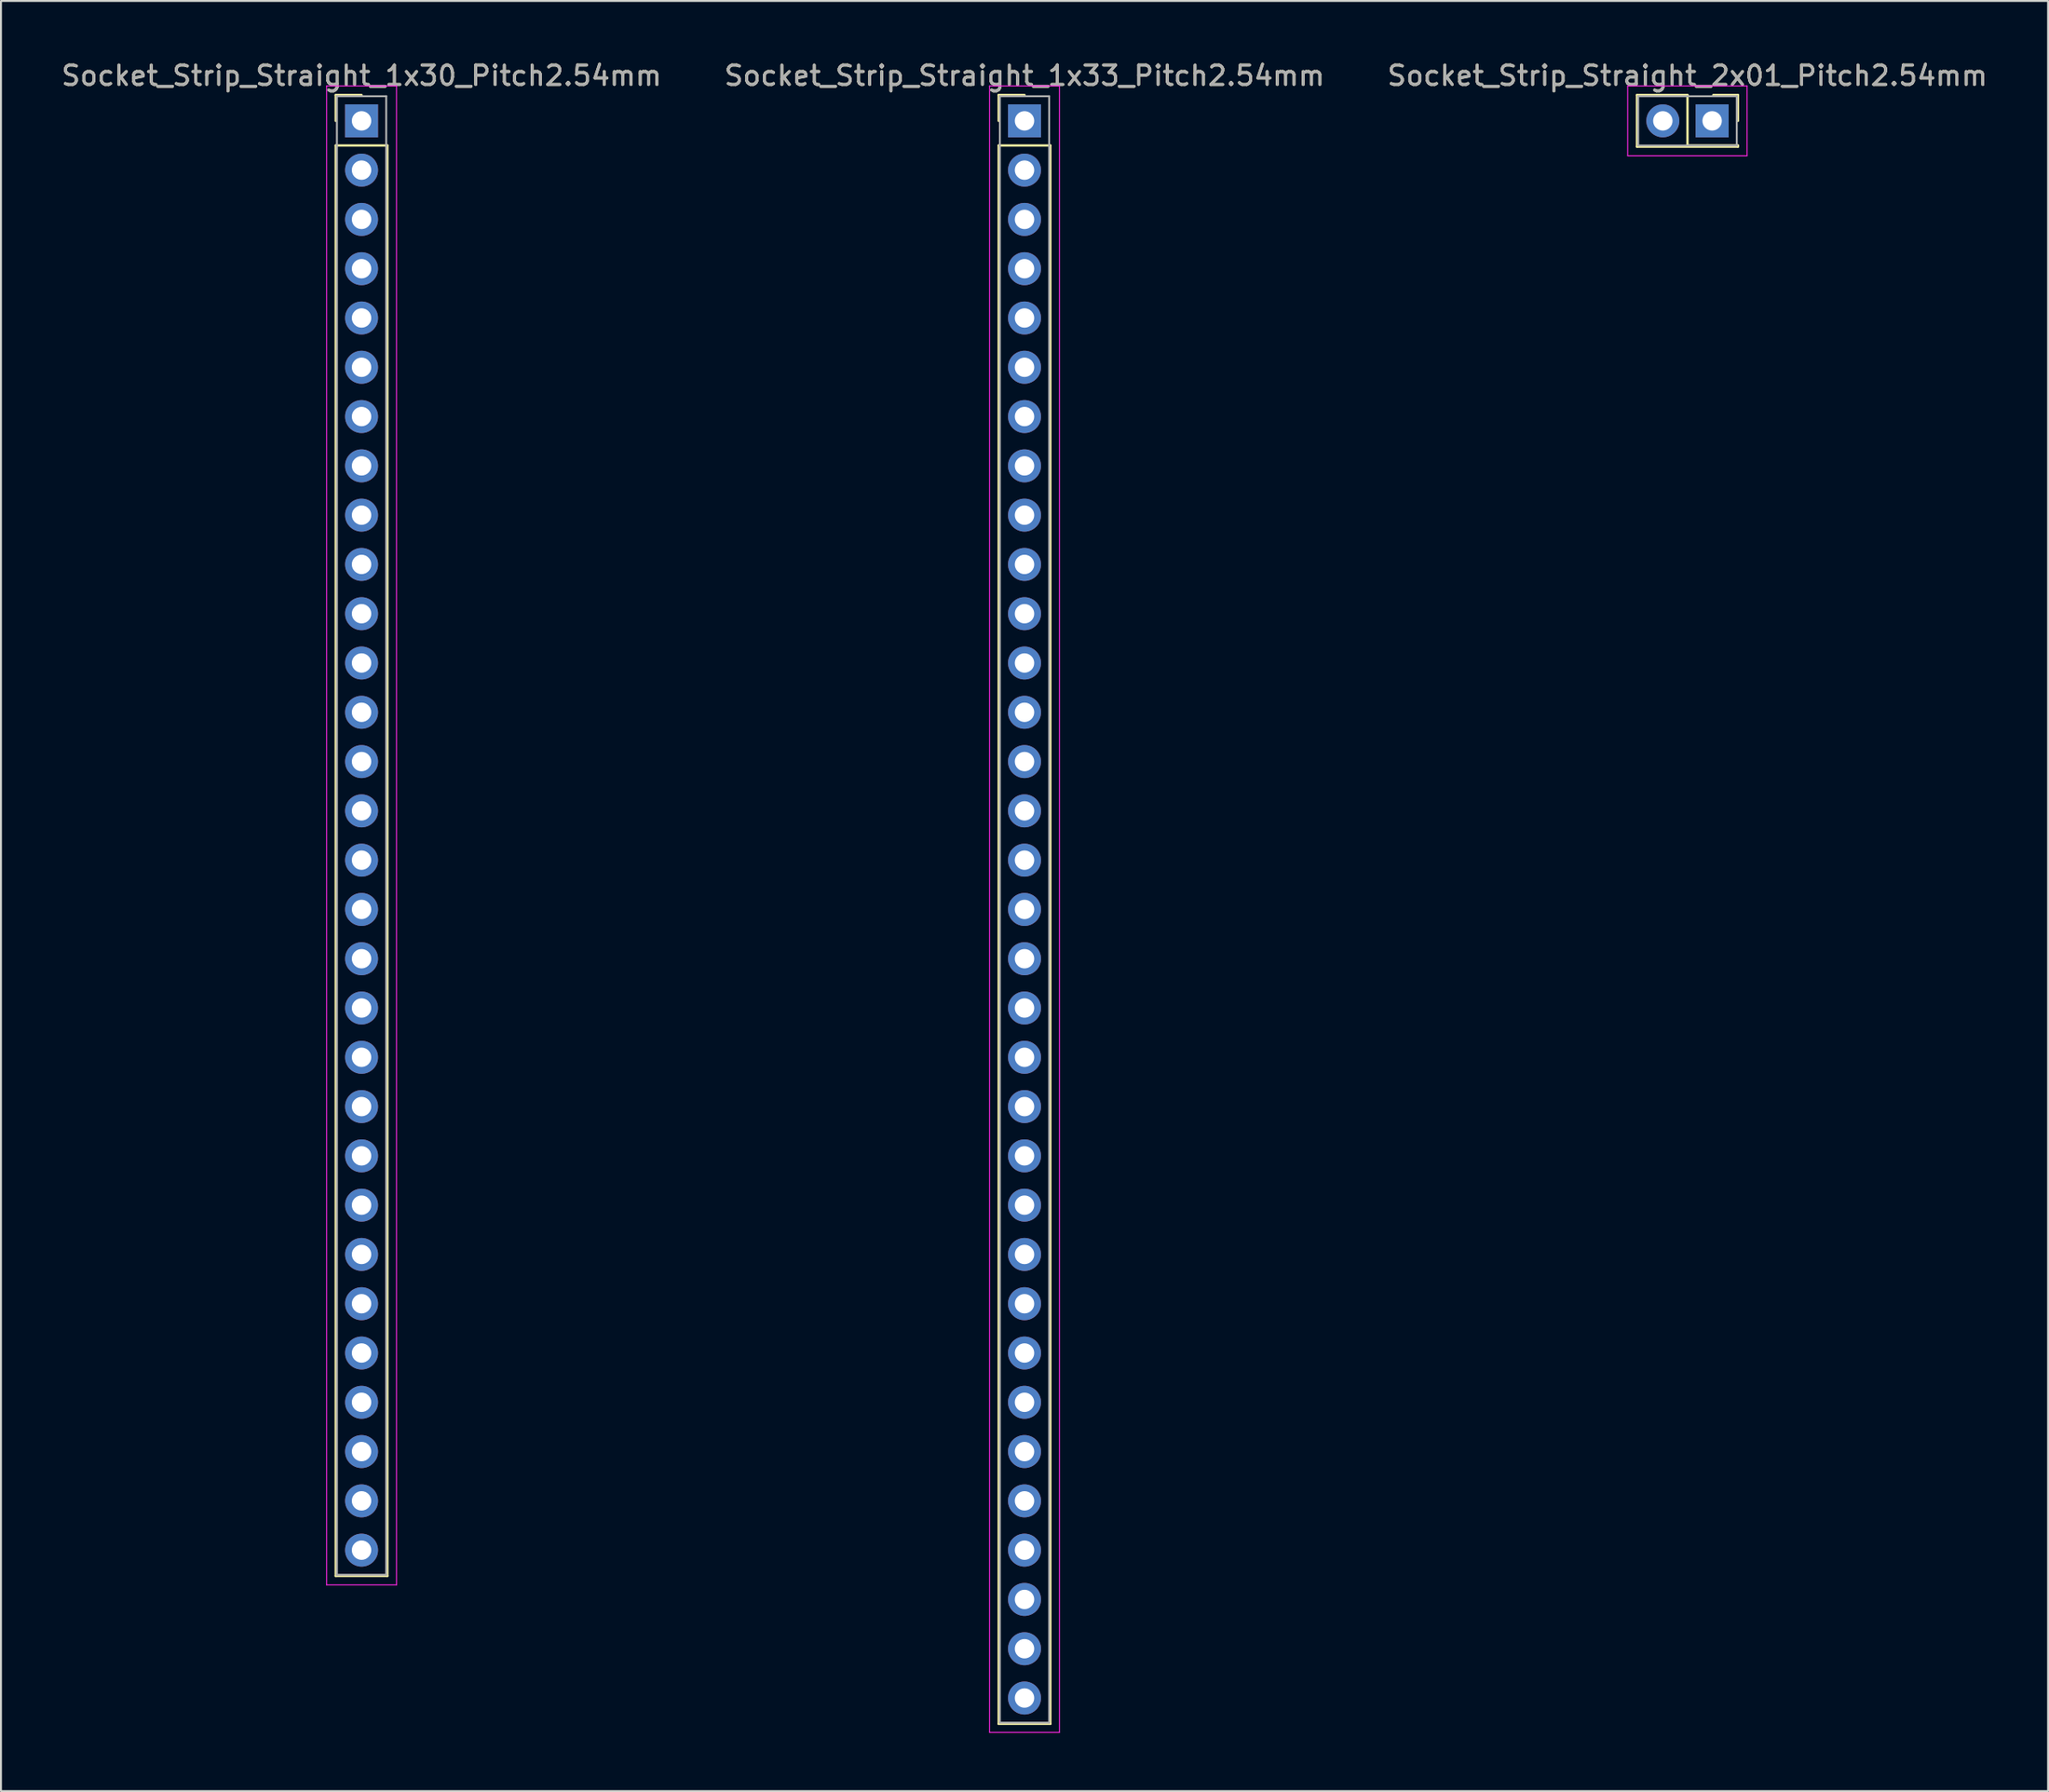
<source format=kicad_pcb>
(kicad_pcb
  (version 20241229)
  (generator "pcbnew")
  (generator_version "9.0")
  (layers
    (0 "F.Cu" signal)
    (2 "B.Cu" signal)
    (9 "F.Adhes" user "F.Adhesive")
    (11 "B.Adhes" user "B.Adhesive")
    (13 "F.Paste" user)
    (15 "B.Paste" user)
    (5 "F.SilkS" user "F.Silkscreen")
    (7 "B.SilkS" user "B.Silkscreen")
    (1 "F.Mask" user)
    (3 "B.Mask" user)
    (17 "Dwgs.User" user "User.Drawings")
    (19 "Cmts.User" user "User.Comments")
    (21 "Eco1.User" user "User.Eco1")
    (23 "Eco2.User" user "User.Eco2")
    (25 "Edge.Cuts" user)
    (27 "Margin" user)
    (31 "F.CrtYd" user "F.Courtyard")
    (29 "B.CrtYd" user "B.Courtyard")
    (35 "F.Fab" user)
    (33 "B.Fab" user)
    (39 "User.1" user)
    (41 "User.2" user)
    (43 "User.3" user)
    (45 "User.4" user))
  (footprint "Socket_Strip_Straight_1x33_Pitch2.54mm"
    (layer "F.Cu")
    (at 49.732 3.178)
    (property "Reference" "Socket_Strip_Straight_1x33_Pitch2.54mm" (at 0 -2.33 0) (layer "F.SilkS") (effects (font (size 1 1) (thickness 0.15))))
    (attr through_hole)
    (fp_line (start -1.33 -1.33) (end 0 -1.33) (stroke (width 0.12) (type solid)) (layer "F.SilkS"))
    (fp_line (start -1.33 0) (end -1.33 -1.33) (stroke (width 0.12) (type solid)) (layer "F.SilkS"))
    (fp_line (start -1.33 1.27) (end -1.33 82.61) (stroke (width 0.12) (type solid)) (layer "F.SilkS"))
    (fp_line (start -1.33 82.61) (end 1.33 82.61) (stroke (width 0.12) (type solid)) (layer "F.SilkS"))
    (fp_line (start 1.33 1.27) (end -1.33 1.27) (stroke (width 0.12) (type solid)) (layer "F.SilkS"))
    (fp_line (start 1.33 82.61) (end 1.33 1.27) (stroke (width 0.12) (type solid)) (layer "F.SilkS"))
    (fp_line (start -1.8 -1.8) (end -1.8 83.05) (stroke (width 0.05) (type solid)) (layer "F.CrtYd"))
    (fp_line (start -1.8 83.05) (end 1.8 83.05) (stroke (width 0.05) (type solid)) (layer "F.CrtYd"))
    (fp_line (start 1.8 -1.8) (end -1.8 -1.8) (stroke (width 0.05) (type solid)) (layer "F.CrtYd"))
    (fp_line (start 1.8 83.05) (end 1.8 -1.8) (stroke (width 0.05) (type solid)) (layer "F.CrtYd"))
    (fp_line (start -1.27 -1.27) (end -1.27 82.55) (stroke (width 0.1) (type solid)) (layer "F.Fab"))
    (fp_line (start -1.27 82.55) (end 1.27 82.55) (stroke (width 0.1) (type solid)) (layer "F.Fab"))
    (fp_line (start 1.27 -1.27) (end -1.27 -1.27) (stroke (width 0.1) (type solid)) (layer "F.Fab"))
    (fp_line (start 1.27 82.55) (end 1.27 -1.27) (stroke (width 0.1) (type solid)) (layer "F.Fab"))
    (fp_text user "${REFERENCE}" (at 0 -2.33 0) (layer "F.Fab") (effects (font (size 1 1) (thickness 0.15))))
    (pad "1" thru_hole rect (at 0 0) (size 1.7 1.7) (drill 1) (layers "*.Cu" "*.Mask"))
    (pad "2" thru_hole oval (at 0 2.54) (size 1.7 1.7) (drill 1) (layers "*.Cu" "*.Mask"))
    (pad "3" thru_hole oval (at 0 5.08) (size 1.7 1.7) (drill 1) (layers "*.Cu" "*.Mask"))
    (pad "4" thru_hole oval (at 0 7.62) (size 1.7 1.7) (drill 1) (layers "*.Cu" "*.Mask"))
    (pad "5" thru_hole oval (at 0 10.16) (size 1.7 1.7) (drill 1) (layers "*.Cu" "*.Mask"))
    (pad "6" thru_hole oval (at 0 12.7) (size 1.7 1.7) (drill 1) (layers "*.Cu" "*.Mask"))
    (pad "7" thru_hole oval (at 0 15.24) (size 1.7 1.7) (drill 1) (layers "*.Cu" "*.Mask"))
    (pad "8" thru_hole oval (at 0 17.78) (size 1.7 1.7) (drill 1) (layers "*.Cu" "*.Mask"))
    (pad "9" thru_hole oval (at 0 20.32) (size 1.7 1.7) (drill 1) (layers "*.Cu" "*.Mask"))
    (pad "10" thru_hole oval (at 0 22.86) (size 1.7 1.7) (drill 1) (layers "*.Cu" "*.Mask"))
    (pad "11" thru_hole oval (at 0 25.4) (size 1.7 1.7) (drill 1) (layers "*.Cu" "*.Mask"))
    (pad "12" thru_hole oval (at 0 27.94) (size 1.7 1.7) (drill 1) (layers "*.Cu" "*.Mask"))
    (pad "13" thru_hole oval (at 0 30.48) (size 1.7 1.7) (drill 1) (layers "*.Cu" "*.Mask"))
    (pad "14" thru_hole oval (at 0 33.02) (size 1.7 1.7) (drill 1) (layers "*.Cu" "*.Mask"))
    (pad "15" thru_hole oval (at 0 35.56) (size 1.7 1.7) (drill 1) (layers "*.Cu" "*.Mask"))
    (pad "16" thru_hole oval (at 0 38.1) (size 1.7 1.7) (drill 1) (layers "*.Cu" "*.Mask"))
    (pad "17" thru_hole oval (at 0 40.64) (size 1.7 1.7) (drill 1) (layers "*.Cu" "*.Mask"))
    (pad "18" thru_hole oval (at 0 43.18) (size 1.7 1.7) (drill 1) (layers "*.Cu" "*.Mask"))
    (pad "19" thru_hole oval (at 0 45.72) (size 1.7 1.7) (drill 1) (layers "*.Cu" "*.Mask"))
    (pad "20" thru_hole oval (at 0 48.26) (size 1.7 1.7) (drill 1) (layers "*.Cu" "*.Mask"))
    (pad "21" thru_hole oval (at 0 50.8) (size 1.7 1.7) (drill 1) (layers "*.Cu" "*.Mask"))
    (pad "22" thru_hole oval (at 0 53.34) (size 1.7 1.7) (drill 1) (layers "*.Cu" "*.Mask"))
    (pad "23" thru_hole oval (at 0 55.88) (size 1.7 1.7) (drill 1) (layers "*.Cu" "*.Mask"))
    (pad "24" thru_hole oval (at 0 58.42) (size 1.7 1.7) (drill 1) (layers "*.Cu" "*.Mask"))
    (pad "25" thru_hole oval (at 0 60.96) (size 1.7 1.7) (drill 1) (layers "*.Cu" "*.Mask"))
    (pad "26" thru_hole oval (at 0 63.5) (size 1.7 1.7) (drill 1) (layers "*.Cu" "*.Mask"))
    (pad "27" thru_hole oval (at 0 66.04) (size 1.7 1.7) (drill 1) (layers "*.Cu" "*.Mask"))
    (pad "28" thru_hole oval (at 0 68.58) (size 1.7 1.7) (drill 1) (layers "*.Cu" "*.Mask"))
    (pad "29" thru_hole oval (at 0 71.12) (size 1.7 1.7) (drill 1) (layers "*.Cu" "*.Mask"))
    (pad "30" thru_hole oval (at 0 73.66) (size 1.7 1.7) (drill 1) (layers "*.Cu" "*.Mask"))
    (pad "31" thru_hole oval (at 0 76.2) (size 1.7 1.7) (drill 1) (layers "*.Cu" "*.Mask"))
    (pad "32" thru_hole oval (at 0 78.74) (size 1.7 1.7) (drill 1) (layers "*.Cu" "*.Mask"))
    (pad "33" thru_hole oval (at 0 81.28) (size 1.7 1.7) (drill 1) (layers "*.Cu" "*.Mask")))
  (footprint "Socket_Strip_Straight_1x30_Pitch2.54mm"
    (layer "F.Cu")
    (at 15.577 3.178)
    (property "Reference" "Socket_Strip_Straight_1x30_Pitch2.54mm" (at 0 -2.33 0) (layer "F.SilkS") (effects (font (size 1 1) (thickness 0.15))))
    (attr through_hole)
    (fp_line (start -1.33 -1.33) (end 0 -1.33) (stroke (width 0.12) (type solid)) (layer "F.SilkS"))
    (fp_line (start -1.33 0) (end -1.33 -1.33) (stroke (width 0.12) (type solid)) (layer "F.SilkS"))
    (fp_line (start -1.33 1.27) (end -1.33 74.99) (stroke (width 0.12) (type solid)) (layer "F.SilkS"))
    (fp_line (start -1.33 74.99) (end 1.33 74.99) (stroke (width 0.12) (type solid)) (layer "F.SilkS"))
    (fp_line (start 1.33 1.27) (end -1.33 1.27) (stroke (width 0.12) (type solid)) (layer "F.SilkS"))
    (fp_line (start 1.33 74.99) (end 1.33 1.27) (stroke (width 0.12) (type solid)) (layer "F.SilkS"))
    (fp_line (start -1.8 -1.8) (end -1.8 75.45) (stroke (width 0.05) (type solid)) (layer "F.CrtYd"))
    (fp_line (start -1.8 75.45) (end 1.8 75.45) (stroke (width 0.05) (type solid)) (layer "F.CrtYd"))
    (fp_line (start 1.8 -1.8) (end -1.8 -1.8) (stroke (width 0.05) (type solid)) (layer "F.CrtYd"))
    (fp_line (start 1.8 75.45) (end 1.8 -1.8) (stroke (width 0.05) (type solid)) (layer "F.CrtYd"))
    (fp_line (start -1.27 -1.27) (end -1.27 74.93) (stroke (width 0.1) (type solid)) (layer "F.Fab"))
    (fp_line (start -1.27 74.93) (end 1.27 74.93) (stroke (width 0.1) (type solid)) (layer "F.Fab"))
    (fp_line (start 1.27 -1.27) (end -1.27 -1.27) (stroke (width 0.1) (type solid)) (layer "F.Fab"))
    (fp_line (start 1.27 74.93) (end 1.27 -1.27) (stroke (width 0.1) (type solid)) (layer "F.Fab"))
    (fp_text user "${REFERENCE}" (at 0 -2.33 0) (layer "F.Fab") (effects (font (size 1 1) (thickness 0.15))))
    (pad "1" thru_hole rect (at 0 0) (size 1.7 1.7) (drill 1) (layers "*.Cu" "*.Mask"))
    (pad "2" thru_hole oval (at 0 2.54) (size 1.7 1.7) (drill 1) (layers "*.Cu" "*.Mask"))
    (pad "3" thru_hole oval (at 0 5.08) (size 1.7 1.7) (drill 1) (layers "*.Cu" "*.Mask"))
    (pad "4" thru_hole oval (at 0 7.62) (size 1.7 1.7) (drill 1) (layers "*.Cu" "*.Mask"))
    (pad "5" thru_hole oval (at 0 10.16) (size 1.7 1.7) (drill 1) (layers "*.Cu" "*.Mask"))
    (pad "6" thru_hole oval (at 0 12.7) (size 1.7 1.7) (drill 1) (layers "*.Cu" "*.Mask"))
    (pad "7" thru_hole oval (at 0 15.24) (size 1.7 1.7) (drill 1) (layers "*.Cu" "*.Mask"))
    (pad "8" thru_hole oval (at 0 17.78) (size 1.7 1.7) (drill 1) (layers "*.Cu" "*.Mask"))
    (pad "9" thru_hole oval (at 0 20.32) (size 1.7 1.7) (drill 1) (layers "*.Cu" "*.Mask"))
    (pad "10" thru_hole oval (at 0 22.86) (size 1.7 1.7) (drill 1) (layers "*.Cu" "*.Mask"))
    (pad "11" thru_hole oval (at 0 25.4) (size 1.7 1.7) (drill 1) (layers "*.Cu" "*.Mask"))
    (pad "12" thru_hole oval (at 0 27.94) (size 1.7 1.7) (drill 1) (layers "*.Cu" "*.Mask"))
    (pad "13" thru_hole oval (at 0 30.48) (size 1.7 1.7) (drill 1) (layers "*.Cu" "*.Mask"))
    (pad "14" thru_hole oval (at 0 33.02) (size 1.7 1.7) (drill 1) (layers "*.Cu" "*.Mask"))
    (pad "15" thru_hole oval (at 0 35.56) (size 1.7 1.7) (drill 1) (layers "*.Cu" "*.Mask"))
    (pad "16" thru_hole oval (at 0 38.1) (size 1.7 1.7) (drill 1) (layers "*.Cu" "*.Mask"))
    (pad "17" thru_hole oval (at 0 40.64) (size 1.7 1.7) (drill 1) (layers "*.Cu" "*.Mask"))
    (pad "18" thru_hole oval (at 0 43.18) (size 1.7 1.7) (drill 1) (layers "*.Cu" "*.Mask"))
    (pad "19" thru_hole oval (at 0 45.72) (size 1.7 1.7) (drill 1) (layers "*.Cu" "*.Mask"))
    (pad "20" thru_hole oval (at 0 48.26) (size 1.7 1.7) (drill 1) (layers "*.Cu" "*.Mask"))
    (pad "21" thru_hole oval (at 0 50.8) (size 1.7 1.7) (drill 1) (layers "*.Cu" "*.Mask"))
    (pad "22" thru_hole oval (at 0 53.34) (size 1.7 1.7) (drill 1) (layers "*.Cu" "*.Mask"))
    (pad "23" thru_hole oval (at 0 55.88) (size 1.7 1.7) (drill 1) (layers "*.Cu" "*.Mask"))
    (pad "24" thru_hole oval (at 0 58.42) (size 1.7 1.7) (drill 1) (layers "*.Cu" "*.Mask"))
    (pad "25" thru_hole oval (at 0 60.96) (size 1.7 1.7) (drill 1) (layers "*.Cu" "*.Mask"))
    (pad "26" thru_hole oval (at 0 63.5) (size 1.7 1.7) (drill 1) (layers "*.Cu" "*.Mask"))
    (pad "27" thru_hole oval (at 0 66.04) (size 1.7 1.7) (drill 1) (layers "*.Cu" "*.Mask"))
    (pad "28" thru_hole oval (at 0 68.58) (size 1.7 1.7) (drill 1) (layers "*.Cu" "*.Mask"))
    (pad "29" thru_hole oval (at 0 71.12) (size 1.7 1.7) (drill 1) (layers "*.Cu" "*.Mask"))
    (pad "30" thru_hole oval (at 0 73.66) (size 1.7 1.7) (drill 1) (layers "*.Cu" "*.Mask")))
  (footprint "Socket_Strip_Straight_2x01_Pitch2.54mm"
    (layer "F.Cu")
    (at 85.157 3.178)
    (property "Reference" "Socket_Strip_Straight_2x01_Pitch2.54mm" (at -1.27 -2.33 0) (layer "F.SilkS") (effects (font (size 1 1) (thickness 0.15))))
    (attr through_hole)
    (fp_line (start -3.87 -1.33) (end -1.27 -1.33) (stroke (width 0.12) (type solid)) (layer "F.SilkS"))
    (fp_line (start -3.87 1.33) (end -3.87 -1.33) (stroke (width 0.12) (type solid)) (layer "F.SilkS"))
    (fp_line (start -1.27 -1.33) (end -1.27 1.27) (stroke (width 0.12) (type solid)) (layer "F.SilkS"))
    (fp_line (start -1.27 1.27) (end 1.33 1.27) (stroke (width 0.12) (type solid)) (layer "F.SilkS"))
    (fp_line (start 1.33 -1.33) (end 0.06 -1.33) (stroke (width 0.12) (type solid)) (layer "F.SilkS"))
    (fp_line (start 1.33 0) (end 1.33 -1.33) (stroke (width 0.12) (type solid)) (layer "F.SilkS"))
    (fp_line (start 1.33 1.27) (end 1.33 1.33) (stroke (width 0.12) (type solid)) (layer "F.SilkS"))
    (fp_line (start 1.33 1.33) (end -3.87 1.33) (stroke (width 0.12) (type solid)) (layer "F.SilkS"))
    (fp_line (start -4.35 -1.8) (end -4.35 1.8) (stroke (width 0.05) (type solid)) (layer "F.CrtYd"))
    (fp_line (start -4.35 1.8) (end 1.8 1.8) (stroke (width 0.05) (type solid)) (layer "F.CrtYd"))
    (fp_line (start 1.8 -1.8) (end -4.35 -1.8) (stroke (width 0.05) (type solid)) (layer "F.CrtYd"))
    (fp_line (start 1.8 1.8) (end 1.8 -1.8) (stroke (width 0.05) (type solid)) (layer "F.CrtYd"))
    (fp_line (start -3.81 -1.27) (end -3.81 1.27) (stroke (width 0.1) (type solid)) (layer "F.Fab"))
    (fp_line (start -3.81 1.27) (end 1.27 1.27) (stroke (width 0.1) (type solid)) (layer "F.Fab"))
    (fp_line (start 1.27 -1.27) (end -3.81 -1.27) (stroke (width 0.1) (type solid)) (layer "F.Fab"))
    (fp_line (start 1.27 1.27) (end 1.27 -1.27) (stroke (width 0.1) (type solid)) (layer "F.Fab"))
    (fp_text user "${REFERENCE}" (at -1.27 -2.33 0) (layer "F.Fab") (effects (font (size 1 1) (thickness 0.15))))
    (pad "1" thru_hole rect (at 0 0) (size 1.7 1.7) (drill 1) (layers "*.Cu" "*.Mask"))
    (pad "2" thru_hole oval (at -2.54 0) (size 1.7 1.7) (drill 1) (layers "*.Cu" "*.Mask")))
  (gr_rect
    (start -3 -3)
    (end 102.464 89.253)
    (stroke (width 0.1) (type default))
    (fill no)
    (layer "Edge.Cuts")))
</source>
